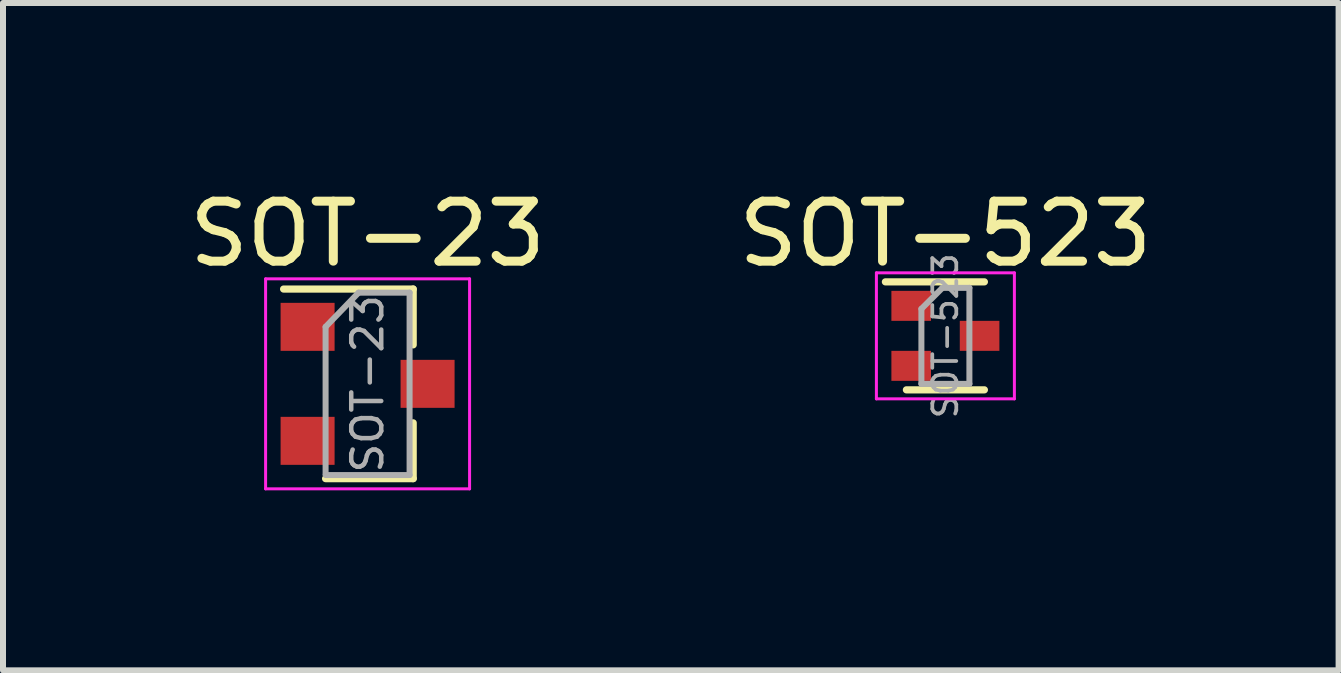
<source format=kicad_pcb>
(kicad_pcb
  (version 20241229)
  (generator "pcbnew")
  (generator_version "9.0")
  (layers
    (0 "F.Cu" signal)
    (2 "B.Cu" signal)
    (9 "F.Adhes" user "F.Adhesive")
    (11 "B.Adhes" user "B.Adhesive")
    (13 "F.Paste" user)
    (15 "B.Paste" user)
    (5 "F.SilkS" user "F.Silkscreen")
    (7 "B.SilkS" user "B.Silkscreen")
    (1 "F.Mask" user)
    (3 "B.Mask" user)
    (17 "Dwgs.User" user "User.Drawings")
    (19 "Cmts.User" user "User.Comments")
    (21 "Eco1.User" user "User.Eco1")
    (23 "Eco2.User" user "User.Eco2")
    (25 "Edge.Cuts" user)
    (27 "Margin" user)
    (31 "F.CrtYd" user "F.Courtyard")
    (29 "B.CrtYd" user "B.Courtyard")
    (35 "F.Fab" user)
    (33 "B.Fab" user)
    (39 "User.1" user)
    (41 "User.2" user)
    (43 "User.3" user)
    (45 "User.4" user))
  (footprint "SOT-523"
    (layer "F.Cu")
    (at 12.708 2.548)
    (property "Reference" "SOT-523" (at 0 -1.7 0) (layer "F.SilkS") (effects (font (size 1 1) (thickness 0.15))))
    (attr smd)
    (fp_line (start -1 -0.9) (end 0.65 -0.9) (stroke (width 0.12) (type solid)) (layer "F.SilkS"))
    (fp_line (start 0.65 0.9) (end -0.65 0.9) (stroke (width 0.12) (type solid)) (layer "F.SilkS"))
    (fp_line (start -1.15 -1.05) (end -1.15 1.05) (stroke (width 0.05) (type solid)) (layer "F.CrtYd"))
    (fp_line (start -1.15 -1.05) (end 1.15 -1.05) (stroke (width 0.05) (type solid)) (layer "F.CrtYd"))
    (fp_line (start 1.15 1.05) (end -1.15 1.05) (stroke (width 0.05) (type solid)) (layer "F.CrtYd"))
    (fp_line (start 1.15 1.05) (end 1.15 -1.05) (stroke (width 0.05) (type solid)) (layer "F.CrtYd"))
    (fp_line (start -0.4 -0.45) (end -0.4 0.8) (stroke (width 0.1) (type solid)) (layer "F.Fab"))
    (fp_line (start -0.4 -0.45) (end -0.05 -0.8) (stroke (width 0.1) (type solid)) (layer "F.Fab"))
    (fp_line (start -0.4 0.8) (end 0.4 0.8) (stroke (width 0.1) (type solid)) (layer "F.Fab"))
    (fp_line (start 0.4 -0.8) (end -0.05 -0.8) (stroke (width 0.1) (type solid)) (layer "F.Fab"))
    (fp_line (start 0.4 0.8) (end 0.4 -0.8) (stroke (width 0.1) (type solid)) (layer "F.Fab"))
    (fp_text user "${REFERENCE}" (at 0 0 270) (layer "F.Fab") (effects (font (size 0.4 0.4) (thickness 0.062))))
    (pad "1" smd rect (at -0.57 -0.5 180) (size 0.66 0.5) (layers "F.Cu" "F.Mask" "F.Paste"))
    (pad "2" smd rect (at -0.57 0.5 180) (size 0.66 0.5) (layers "F.Cu" "F.Mask" "F.Paste"))
    (pad "3" smd rect (at 0.57 0 180) (size 0.66 0.5) (layers "F.Cu" "F.Mask" "F.Paste")))
  (footprint "SOT-23"
    (layer "F.Cu")
    (at 3.077 3.348)
    (property "Reference" "SOT-23" (at 0 -2.5 0) (layer "F.SilkS") (effects (font (size 1 1) (thickness 0.15))))
    (attr smd)
    (fp_line (start 0.76 -1.58) (end -1.4 -1.58) (stroke (width 0.12) (type solid)) (layer "F.SilkS"))
    (fp_line (start 0.76 -1.58) (end 0.76 -0.65) (stroke (width 0.12) (type solid)) (layer "F.SilkS"))
    (fp_line (start 0.76 1.58) (end -0.7 1.58) (stroke (width 0.12) (type solid)) (layer "F.SilkS"))
    (fp_line (start 0.76 1.58) (end 0.76 0.65) (stroke (width 0.12) (type solid)) (layer "F.SilkS"))
    (fp_line (start -1.7 -1.75) (end 1.7 -1.75) (stroke (width 0.05) (type solid)) (layer "F.CrtYd"))
    (fp_line (start -1.7 1.75) (end -1.7 -1.75) (stroke (width 0.05) (type solid)) (layer "F.CrtYd"))
    (fp_line (start 1.7 -1.75) (end 1.7 1.75) (stroke (width 0.05) (type solid)) (layer "F.CrtYd"))
    (fp_line (start 1.7 1.75) (end -1.7 1.75) (stroke (width 0.05) (type solid)) (layer "F.CrtYd"))
    (fp_line (start -0.7 -0.95) (end -0.7 1.5) (stroke (width 0.1) (type solid)) (layer "F.Fab"))
    (fp_line (start -0.7 -0.95) (end -0.15 -1.52) (stroke (width 0.1) (type solid)) (layer "F.Fab"))
    (fp_line (start -0.7 1.52) (end 0.7 1.52) (stroke (width 0.1) (type solid)) (layer "F.Fab"))
    (fp_line (start -0.15 -1.52) (end 0.7 -1.52) (stroke (width 0.1) (type solid)) (layer "F.Fab"))
    (fp_line (start 0.7 -1.52) (end 0.7 1.52) (stroke (width 0.1) (type solid)) (layer "F.Fab"))
    (fp_text user "${REFERENCE}" (at 0 0 90) (layer "F.Fab") (effects (font (size 0.5 0.5) (thickness 0.075))))
    (pad "1" smd rect (at -1 -0.95) (size 0.9 0.8) (layers "F.Cu" "F.Mask" "F.Paste"))
    (pad "2" smd rect (at -1 0.95) (size 0.9 0.8) (layers "F.Cu" "F.Mask" "F.Paste"))
    (pad "3" smd rect (at 1 0) (size 0.9 0.8) (layers "F.Cu" "F.Mask" "F.Paste")))
  (gr_rect
    (start -3 -3)
    (end 19.262 8.123)
    (stroke (width 0.1) (type default))
    (fill no)
    (layer "Edge.Cuts")))
</source>
